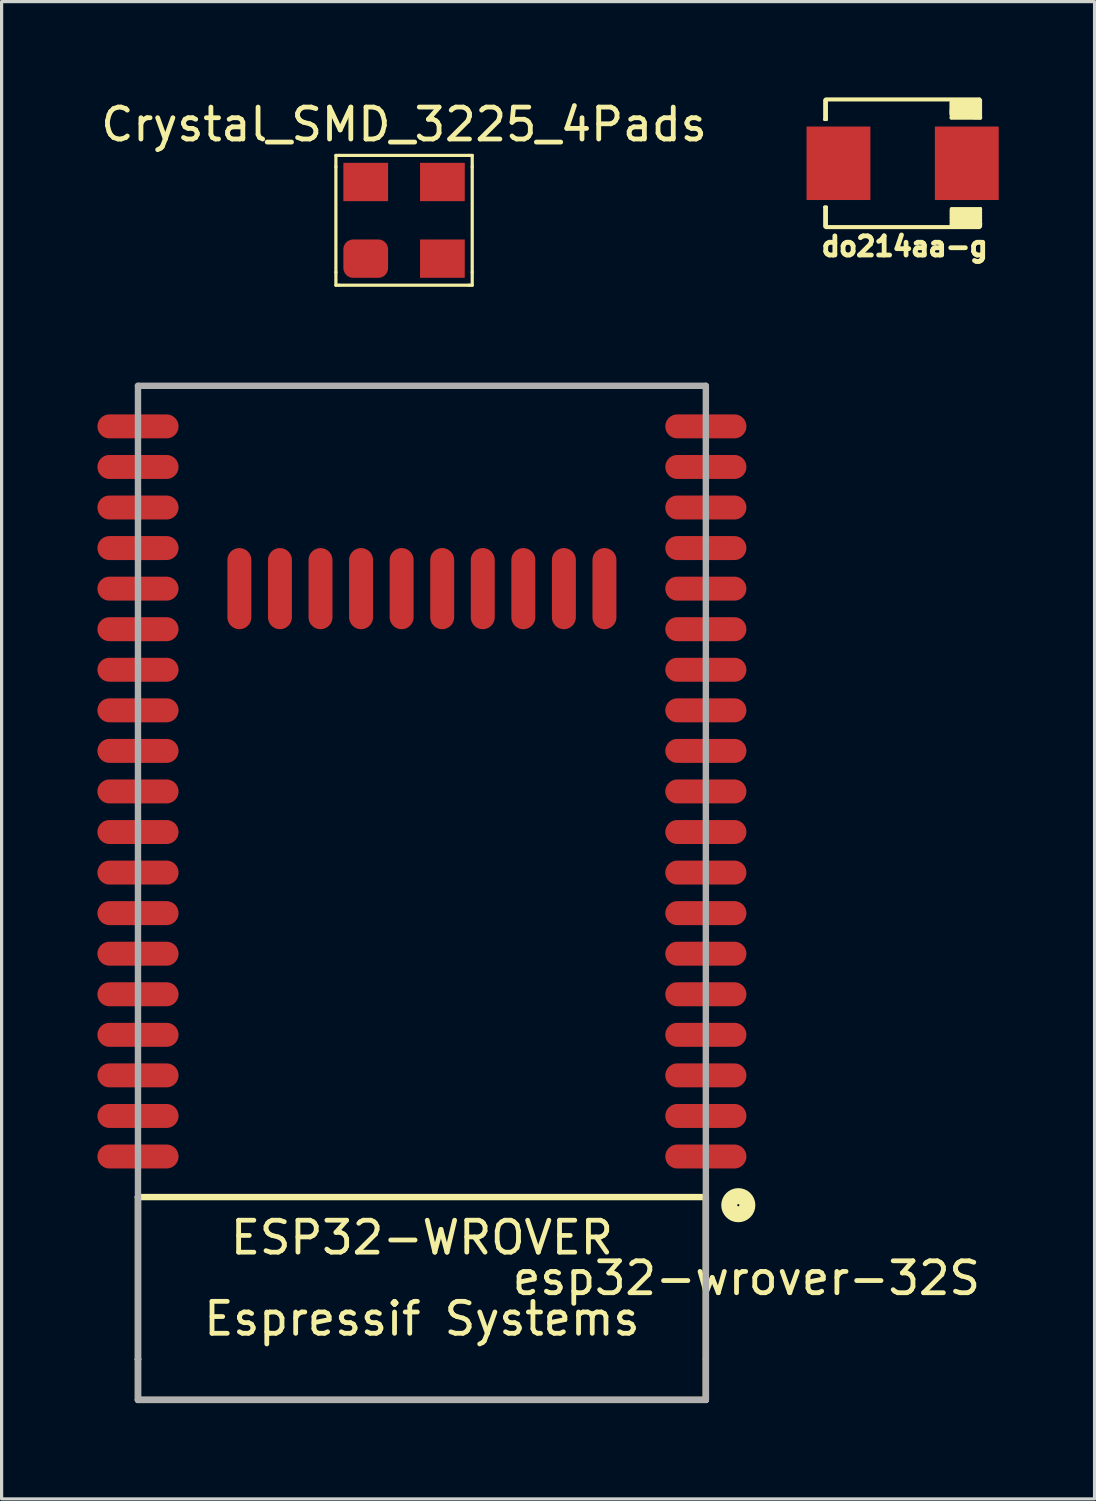
<source format=kicad_pcb>
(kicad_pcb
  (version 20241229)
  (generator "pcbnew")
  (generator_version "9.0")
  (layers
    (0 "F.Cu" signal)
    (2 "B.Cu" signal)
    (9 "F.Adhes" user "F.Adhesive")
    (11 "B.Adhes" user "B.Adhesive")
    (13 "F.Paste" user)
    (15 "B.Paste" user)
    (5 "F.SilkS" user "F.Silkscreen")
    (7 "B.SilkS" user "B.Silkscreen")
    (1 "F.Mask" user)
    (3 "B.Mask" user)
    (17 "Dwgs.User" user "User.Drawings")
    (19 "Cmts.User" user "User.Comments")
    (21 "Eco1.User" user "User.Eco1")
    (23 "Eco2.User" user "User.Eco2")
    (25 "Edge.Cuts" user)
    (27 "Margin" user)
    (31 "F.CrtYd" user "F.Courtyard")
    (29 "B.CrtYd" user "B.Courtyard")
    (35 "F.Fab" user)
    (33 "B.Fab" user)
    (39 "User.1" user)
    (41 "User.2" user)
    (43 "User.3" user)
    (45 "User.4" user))
  (footprint "do214aa-g"
    (layer "F.Cu")
    (at 25.211 2.062)
    (property "Reference" "do214aa-g" (at 0.064 2.603 0) (layer "F.SilkS") (effects (font (size 0.6 0.6) (thickness 0.15))))
    (attr through_hole)
    (fp_line (start -2.438 -1.981) (end -2.438 -1.372) (stroke (width 0.1) (type solid)) (layer "F.SilkS"))
    (fp_line (start -2.438 -1.372) (end -2.388 -1.372) (stroke (width 0.1) (type solid)) (layer "F.SilkS"))
    (fp_line (start -2.438 1.372) (end -2.388 1.372) (stroke (width 0.1) (type solid)) (layer "F.SilkS"))
    (fp_line (start -2.438 1.981) (end -2.438 1.372) (stroke (width 0.1) (type solid)) (layer "F.SilkS"))
    (fp_line (start -2.4 -1.999) (end 2.4 -1.999) (stroke (width 0.127) (type solid)) (layer "F.SilkS"))
    (fp_line (start -2.388 -1.372) (end -2.388 -1.981) (stroke (width 0.1) (type solid)) (layer "F.SilkS"))
    (fp_line (start -2.388 1.372) (end -2.388 1.981) (stroke (width 0.1) (type solid)) (layer "F.SilkS"))
    (fp_line (start 1.524 -1.93) (end 1.524 -1.829) (stroke (width 0.1) (type solid)) (layer "F.SilkS"))
    (fp_line (start 1.524 -1.88) (end 1.524 -1.727) (stroke (width 0.1) (type solid)) (layer "F.SilkS"))
    (fp_line (start 1.524 -1.829) (end 2.235 -1.829) (stroke (width 0.1) (type solid)) (layer "F.SilkS"))
    (fp_line (start 1.524 -1.778) (end 1.524 -1.676) (stroke (width 0.1) (type solid)) (layer "F.SilkS"))
    (fp_line (start 1.524 -1.727) (end 2.235 -1.727) (stroke (width 0.1) (type solid)) (layer "F.SilkS"))
    (fp_line (start 1.524 -1.676) (end 1.524 -1.524) (stroke (width 0.1) (type solid)) (layer "F.SilkS"))
    (fp_line (start 1.524 -1.676) (end 2.235 -1.676) (stroke (width 0.1) (type solid)) (layer "F.SilkS"))
    (fp_line (start 1.524 -1.626) (end 2.184 -1.626) (stroke (width 0.1) (type solid)) (layer "F.SilkS"))
    (fp_line (start 1.524 -1.575) (end 1.524 -1.626) (stroke (width 0.1) (type solid)) (layer "F.SilkS"))
    (fp_line (start 1.524 -1.524) (end 2.184 -1.524) (stroke (width 0.1) (type solid)) (layer "F.SilkS"))
    (fp_line (start 1.524 -1.422) (end 1.524 -1.676) (stroke (width 0.1) (type solid)) (layer "F.SilkS"))
    (fp_line (start 1.524 1.473) (end 2.438 1.473) (stroke (width 0.1) (type solid)) (layer "F.SilkS"))
    (fp_line (start 1.524 1.524) (end 1.524 1.473) (stroke (width 0.1) (type solid)) (layer "F.SilkS"))
    (fp_line (start 1.524 1.575) (end 2.438 1.575) (stroke (width 0.1) (type solid)) (layer "F.SilkS"))
    (fp_line (start 1.524 1.626) (end 1.524 1.575) (stroke (width 0.1) (type solid)) (layer "F.SilkS"))
    (fp_line (start 1.524 1.676) (end 2.438 1.676) (stroke (width 0.1) (type solid)) (layer "F.SilkS"))
    (fp_line (start 1.524 1.727) (end 1.524 1.676) (stroke (width 0.1) (type solid)) (layer "F.SilkS"))
    (fp_line (start 1.524 1.778) (end 2.438 1.778) (stroke (width 0.1) (type solid)) (layer "F.SilkS"))
    (fp_line (start 1.524 1.829) (end 1.524 1.778) (stroke (width 0.1) (type solid)) (layer "F.SilkS"))
    (fp_line (start 1.524 1.88) (end 2.438 1.88) (stroke (width 0.1) (type solid)) (layer "F.SilkS"))
    (fp_line (start 1.524 1.93) (end 1.524 1.88) (stroke (width 0.1) (type solid)) (layer "F.SilkS"))
    (fp_line (start 1.575 -1.88) (end 1.524 -1.88) (stroke (width 0.1) (type solid)) (layer "F.SilkS"))
    (fp_line (start 1.575 -1.473) (end 2.438 -1.473) (stroke (width 0.1) (type solid)) (layer "F.SilkS"))
    (fp_line (start 1.626 -1.778) (end 1.524 -1.778) (stroke (width 0.1) (type solid)) (layer "F.SilkS"))
    (fp_line (start 2.184 -1.626) (end 2.235 -1.626) (stroke (width 0.1) (type solid)) (layer "F.SilkS"))
    (fp_line (start 2.184 -1.524) (end 2.184 -1.473) (stroke (width 0.1) (type solid)) (layer "F.SilkS"))
    (fp_line (start 2.184 -1.473) (end 1.575 -1.473) (stroke (width 0.1) (type solid)) (layer "F.SilkS"))
    (fp_line (start 2.235 -1.88) (end 1.575 -1.88) (stroke (width 0.1) (type solid)) (layer "F.SilkS"))
    (fp_line (start 2.235 -1.829) (end 2.235 -1.88) (stroke (width 0.1) (type solid)) (layer "F.SilkS"))
    (fp_line (start 2.235 -1.778) (end 1.626 -1.778) (stroke (width 0.1) (type solid)) (layer "F.SilkS"))
    (fp_line (start 2.235 -1.727) (end 2.235 -1.778) (stroke (width 0.1) (type solid)) (layer "F.SilkS"))
    (fp_line (start 2.235 -1.676) (end 2.235 -1.575) (stroke (width 0.1) (type solid)) (layer "F.SilkS"))
    (fp_line (start 2.235 -1.626) (end 2.235 -1.422) (stroke (width 0.1) (type solid)) (layer "F.SilkS"))
    (fp_line (start 2.235 -1.575) (end 1.524 -1.575) (stroke (width 0.1) (type solid)) (layer "F.SilkS"))
    (fp_line (start 2.235 -1.422) (end 1.524 -1.422) (stroke (width 0.1) (type solid)) (layer "F.SilkS"))
    (fp_line (start 2.286 -1.981) (end 2.286 -1.422) (stroke (width 0.1) (type solid)) (layer "F.SilkS"))
    (fp_line (start 2.286 -1.422) (end 2.337 -1.422) (stroke (width 0.1) (type solid)) (layer "F.SilkS"))
    (fp_line (start 2.337 -1.93) (end 1.524 -1.93) (stroke (width 0.1) (type solid)) (layer "F.SilkS"))
    (fp_line (start 2.337 -1.422) (end 2.337 -1.93) (stroke (width 0.1) (type solid)) (layer "F.SilkS"))
    (fp_line (start 2.388 -1.981) (end 2.286 -1.981) (stroke (width 0.1) (type solid)) (layer "F.SilkS"))
    (fp_line (start 2.388 -1.981) (end 2.438 -1.422) (stroke (width 0.1) (type solid)) (layer "F.SilkS"))
    (fp_line (start 2.388 -1.422) (end 2.388 -1.981) (stroke (width 0.1) (type solid)) (layer "F.SilkS"))
    (fp_line (start 2.4 1.999) (end -2.4 1.999) (stroke (width 0.127) (type solid)) (layer "F.SilkS"))
    (fp_line (start 2.405 -1.994) (end 2.4 -2.007) (stroke (width 0.1) (type solid)) (layer "F.SilkS"))
    (fp_line (start 2.438 -1.981) (end 2.438 -1.422) (stroke (width 0.1) (type solid)) (layer "F.SilkS"))
    (fp_line (start 2.438 -1.422) (end 1.524 -1.422) (stroke (width 0.1) (type solid)) (layer "F.SilkS"))
    (fp_line (start 2.438 -1.422) (end 2.388 -1.422) (stroke (width 0.1) (type solid)) (layer "F.SilkS"))
    (fp_line (start 2.438 1.422) (end 1.524 1.422) (stroke (width 0.1) (type solid)) (layer "F.SilkS"))
    (fp_line (start 2.438 1.473) (end 2.438 1.422) (stroke (width 0.1) (type solid)) (layer "F.SilkS"))
    (fp_line (start 2.438 1.524) (end 1.524 1.524) (stroke (width 0.1) (type solid)) (layer "F.SilkS"))
    (fp_line (start 2.438 1.575) (end 2.438 1.524) (stroke (width 0.1) (type solid)) (layer "F.SilkS"))
    (fp_line (start 2.438 1.626) (end 1.524 1.626) (stroke (width 0.1) (type solid)) (layer "F.SilkS"))
    (fp_line (start 2.438 1.676) (end 2.438 1.626) (stroke (width 0.1) (type solid)) (layer "F.SilkS"))
    (fp_line (start 2.438 1.727) (end 1.524 1.727) (stroke (width 0.1) (type solid)) (layer "F.SilkS"))
    (fp_line (start 2.438 1.778) (end 2.438 1.727) (stroke (width 0.1) (type solid)) (layer "F.SilkS"))
    (fp_line (start 2.438 1.829) (end 1.524 1.829) (stroke (width 0.1) (type solid)) (layer "F.SilkS"))
    (fp_line (start 2.438 1.88) (end 2.438 1.829) (stroke (width 0.1) (type solid)) (layer "F.SilkS"))
    (fp_line (start 2.438 1.88) (end 2.438 1.93) (stroke (width 0.1) (type solid)) (layer "F.SilkS"))
    (fp_line (start 2.438 1.93) (end 1.524 1.93) (stroke (width 0.1) (type solid)) (layer "F.SilkS"))
    (fp_line (start 2.438 1.981) (end 2.438 1.88) (stroke (width 0.1) (type solid)) (layer "F.SilkS"))
    (pad "1" smd rect (at -2.009 0) (size 1.999 2.301) (layers "F.Cu" "F.Mask" "F.Paste"))
    (pad "2" smd rect (at 2.009 0) (size 1.999 2.301) (layers "F.Cu" "F.Mask" "F.Paste")))
  (footprint "esp32-wrover-32S"
    (layer "F.Cu")
    (at 10.16 23)
    (property "Reference" "esp32-wrover-32S" (at 10.16 13.97 180) (layer "F.SilkS") (effects (font (size 1 1) (thickness 0.15))))
    (attr through_hole)
    (fp_line (start -8.89 -13.97) (end 8.89 -13.97) (stroke (width 0.15) (type solid)) (layer "F.SilkS"))
    (fp_line (start -8.89 -13.208) (end -8.89 -13.97) (stroke (width 0.15) (type solid)) (layer "F.SilkS"))
    (fp_line (start -8.89 11.43) (end -8.89 11.43) (stroke (width 0.2) (type solid)) (layer "F.SilkS"))
    (fp_line (start -8.89 11.43) (end -8.89 11.43) (stroke (width 0.2) (type solid)) (layer "F.SilkS"))
    (fp_line (start -8.89 11.43) (end 8.89 11.43) (stroke (width 0.2) (type solid)) (layer "F.SilkS"))
    (fp_line (start -8.89 17.78) (end -8.89 11.43) (stroke (width 0.2) (type solid)) (layer "F.SilkS"))
    (fp_line (start 8.89 -13.97) (end 8.89 -13.208) (stroke (width 0.15) (type solid)) (layer "F.SilkS"))
    (fp_line (start 8.89 11.43) (end 8.89 17.78) (stroke (width 0.2) (type solid)) (layer "F.SilkS"))
    (fp_line (start 8.89 17.78) (end -8.89 17.78) (stroke (width 0.2) (type solid)) (layer "F.SilkS"))
    (fp_circle (center 9.906 11.684) (end 10.033 11.938) (stroke (width 0.5) (type solid)) (fill no) (layer "F.SilkS"))
    (fp_line (start -8.89 -13.97) (end -8.89 16.51) (stroke (width 0.2) (type solid)) (layer "F.Fab"))
    (fp_line (start -8.89 16.51) (end -8.89 16.51) (stroke (width 0.2) (type solid)) (layer "F.Fab"))
    (fp_line (start -8.89 16.51) (end -8.89 16.51) (stroke (width 0.2) (type solid)) (layer "F.Fab"))
    (fp_line (start -8.89 16.51) (end -8.89 16.51) (stroke (width 0.2) (type solid)) (layer "F.Fab"))
    (fp_line (start -8.89 16.51) (end -8.89 16.51) (stroke (width 0.2) (type solid)) (layer "F.Fab"))
    (fp_line (start -8.89 16.51) (end -8.89 16.51) (stroke (width 0.2) (type solid)) (layer "F.Fab"))
    (fp_line (start -8.89 17.78) (end -8.89 16.51) (stroke (width 0.2) (type solid)) (layer "F.Fab"))
    (fp_line (start 8.89 -13.97) (end -8.89 -13.97) (stroke (width 0.2) (type solid)) (layer "F.Fab"))
    (fp_line (start 8.89 16.51) (end 8.89 -13.97) (stroke (width 0.2) (type solid)) (layer "F.Fab"))
    (fp_line (start 8.89 16.51) (end 8.89 17.78) (stroke (width 0.2) (type solid)) (layer "F.Fab"))
    (fp_line (start 8.89 17.78) (end -8.89 17.78) (stroke (width 0.2) (type solid)) (layer "F.Fab"))
    (fp_text user "ESP32-WROVER" (at 0 12.7 0) (layer "F.SilkS") (effects (font (size 1 1) (thickness 0.15))))
    (fp_text user "Espressif Systems" (at 0 15.24 0) (layer "F.SilkS") (effects (font (size 1 1) (thickness 0.15))))
    (pad "1" smd oval (at 8.89 10.16) (size 2.54 0.75) (layers "F.Cu" "F.Mask" "F.Paste"))
    (pad "2" smd oval (at 8.89 8.89) (size 2.54 0.75) (layers "F.Cu" "F.Mask" "F.Paste"))
    (pad "3" smd oval (at 8.89 7.62) (size 2.54 0.75) (layers "F.Cu" "F.Mask" "F.Paste"))
    (pad "4" smd oval (at 8.89 6.35) (size 2.54 0.75) (layers "F.Cu" "F.Mask" "F.Paste"))
    (pad "5" smd oval (at 8.89 5.08) (size 2.54 0.75) (layers "F.Cu" "F.Mask" "F.Paste"))
    (pad "6" smd oval (at 8.89 3.81) (size 2.54 0.75) (layers "F.Cu" "F.Mask" "F.Paste"))
    (pad "7" smd oval (at 8.89 2.54) (size 2.54 0.75) (layers "F.Cu" "F.Mask" "F.Paste"))
    (pad "8" smd oval (at 8.89 1.27) (size 2.54 0.75) (layers "F.Cu" "F.Mask" "F.Paste"))
    (pad "9" smd oval (at 8.89 0) (size 2.54 0.75) (layers "F.Cu" "F.Mask" "F.Paste"))
    (pad "10" smd oval (at 8.89 -1.27) (size 2.54 0.75) (layers "F.Cu" "F.Mask" "F.Paste"))
    (pad "11" smd oval (at 8.89 -2.54) (size 2.54 0.75) (layers "F.Cu" "F.Mask" "F.Paste"))
    (pad "12" smd oval (at 8.89 -3.81) (size 2.54 0.75) (layers "F.Cu" "F.Mask" "F.Paste"))
    (pad "13" smd oval (at 8.89 -5.08) (size 2.54 0.75) (layers "F.Cu" "F.Mask" "F.Paste"))
    (pad "14" smd oval (at 8.89 -6.35) (size 2.54 0.75) (layers "F.Cu" "F.Mask" "F.Paste"))
    (pad "15" smd oval (at 5.715 -7.62 90) (size 2.54 0.75) (layers "F.Cu" "F.Mask" "F.Paste"))
    (pad "15" smd oval (at 8.89 -7.62) (size 2.54 0.75) (layers "F.Cu" "F.Mask" "F.Paste"))
    (pad "16" smd oval (at 4.445 -7.62 90) (size 2.54 0.75) (layers "F.Cu" "F.Mask" "F.Paste"))
    (pad "16" smd oval (at 8.89 -8.89) (size 2.54 0.75) (layers "F.Cu" "F.Mask" "F.Paste"))
    (pad "17" smd oval (at 3.175 -7.62 90) (size 2.54 0.75) (layers "F.Cu" "F.Mask" "F.Paste"))
    (pad "17" smd oval (at 8.89 -10.16) (size 2.54 0.75) (layers "F.Cu" "F.Mask" "F.Paste"))
    (pad "18" smd oval (at 1.905 -7.62 90) (size 2.54 0.75) (layers "F.Cu" "F.Mask" "F.Paste"))
    (pad "18" smd oval (at 8.89 -11.43) (size 2.54 0.75) (layers "F.Cu" "F.Mask" "F.Paste"))
    (pad "19" smd oval (at 0.635 -7.62 90) (size 2.54 0.75) (layers "F.Cu" "F.Mask" "F.Paste"))
    (pad "19" smd oval (at 8.89 -12.7) (size 2.54 0.75) (layers "F.Cu" "F.Mask" "F.Paste"))
    (pad "20" smd oval (at -8.89 -12.7) (size 2.54 0.75) (layers "F.Cu" "F.Mask" "F.Paste"))
    (pad "20" smd oval (at -0.635 -7.62 90) (size 2.54 0.75) (layers "F.Cu" "F.Mask" "F.Paste"))
    (pad "21" smd oval (at -8.89 -11.43) (size 2.54 0.75) (layers "F.Cu" "F.Mask" "F.Paste"))
    (pad "21" smd oval (at -1.905 -7.62 90) (size 2.54 0.75) (layers "F.Cu" "F.Mask" "F.Paste"))
    (pad "22" smd oval (at -8.89 -10.16) (size 2.54 0.75) (layers "F.Cu" "F.Mask" "F.Paste"))
    (pad "22" smd oval (at -3.175 -7.62 90) (size 2.54 0.75) (layers "F.Cu" "F.Mask" "F.Paste"))
    (pad "23" smd oval (at -8.89 -8.89) (size 2.54 0.75) (layers "F.Cu" "F.Mask" "F.Paste"))
    (pad "23" smd oval (at -4.445 -7.62 90) (size 2.54 0.75) (layers "F.Cu" "F.Mask" "F.Paste"))
    (pad "24" smd oval (at -8.89 -7.62) (size 2.54 0.75) (layers "F.Cu" "F.Mask" "F.Paste"))
    (pad "24" smd oval (at -5.715 -7.62 90) (size 2.54 0.75) (layers "F.Cu" "F.Mask" "F.Paste"))
    (pad "25" smd oval (at -8.89 -6.35) (size 2.54 0.75) (layers "F.Cu" "F.Mask" "F.Paste"))
    (pad "26" smd oval (at -8.89 -5.08) (size 2.54 0.75) (layers "F.Cu" "F.Mask" "F.Paste"))
    (pad "27" smd oval (at -8.89 -3.81) (size 2.54 0.75) (layers "F.Cu" "F.Mask" "F.Paste"))
    (pad "28" smd oval (at -8.89 -2.54) (size 2.54 0.75) (layers "F.Cu" "F.Mask" "F.Paste"))
    (pad "29" smd oval (at -8.89 -1.27) (size 2.54 0.75) (layers "F.Cu" "F.Mask" "F.Paste"))
    (pad "30" smd oval (at -8.89 0) (size 2.54 0.75) (layers "F.Cu" "F.Mask" "F.Paste"))
    (pad "31" smd oval (at -8.89 1.27) (size 2.54 0.75) (layers "F.Cu" "F.Mask" "F.Paste"))
    (pad "32" smd oval (at -8.89 2.54) (size 2.54 0.75) (layers "F.Cu" "F.Mask" "F.Paste"))
    (pad "33" smd oval (at -8.89 3.81) (size 2.54 0.75) (layers "F.Cu" "F.Mask" "F.Paste"))
    (pad "34" smd oval (at -8.89 5.08) (size 2.54 0.75) (layers "F.Cu" "F.Mask" "F.Paste"))
    (pad "35" smd oval (at -8.89 6.35) (size 2.54 0.75) (layers "F.Cu" "F.Mask" "F.Paste"))
    (pad "36" smd oval (at -8.89 7.62) (size 2.54 0.75) (layers "F.Cu" "F.Mask" "F.Paste"))
    (pad "37" smd oval (at -8.89 8.89) (size 2.54 0.75) (layers "F.Cu" "F.Mask" "F.Paste"))
    (pad "38" smd oval (at -8.89 10.16) (size 2.54 0.75) (layers "F.Cu" "F.Mask" "F.Paste")))
  (footprint "Crystal_SMD_3225_4Pads"
    (layer "F.Cu")
    (at 9.601 3.848)
    (property "Reference" "Crystal_SMD_3225_4Pads" (at 0 -3 0) (layer "F.SilkS") (effects (font (size 1 1) (thickness 0.15))))
    (attr smd)
    (fp_line (start -2.134 -2.032) (end -2.032 -2.032) (stroke (width 0.1) (type solid)) (layer "F.SilkS"))
    (fp_line (start -2.134 -1.676) (end -2.134 -2.032) (stroke (width 0.1) (type solid)) (layer "F.SilkS"))
    (fp_line (start -2.134 -1.676) (end -2.134 1.626) (stroke (width 0.1) (type solid)) (layer "F.SilkS"))
    (fp_line (start -2.134 2.032) (end -2.134 1.626) (stroke (width 0.1) (type solid)) (layer "F.SilkS"))
    (fp_line (start -2.032 2.032) (end -2.134 2.032) (stroke (width 0.1) (type solid)) (layer "F.SilkS"))
    (fp_line (start -2.032 2.032) (end 2.032 2.032) (stroke (width 0.1) (type solid)) (layer "F.SilkS"))
    (fp_line (start 2.032 -2.032) (end -2.032 -2.032) (stroke (width 0.1) (type solid)) (layer "F.SilkS"))
    (fp_line (start 2.032 -2.032) (end 2.134 -2.032) (stroke (width 0.1) (type solid)) (layer "F.SilkS"))
    (fp_line (start 2.134 -2.032) (end 2.134 -1.676) (stroke (width 0.1) (type solid)) (layer "F.SilkS"))
    (fp_line (start 2.134 1.626) (end 2.134 -1.676) (stroke (width 0.1) (type solid)) (layer "F.SilkS"))
    (fp_line (start 2.134 1.626) (end 2.134 2.032) (stroke (width 0.1) (type solid)) (layer "F.SilkS"))
    (fp_line (start 2.134 2.032) (end 2.032 2.032) (stroke (width 0.1) (type solid)) (layer "F.SilkS"))
    (pad "1" smd roundrect (at -1.2 1.2) (size 1.4 1.2) (layers "F.Cu" "F.Mask" "F.Paste") (roundrect_rratio 0.25))
    (pad "2" smd rect (at 1.2 1.2) (size 1.4 1.2) (layers "F.Cu" "F.Mask" "F.Paste"))
    (pad "3" smd rect (at 1.2 -1.2) (size 1.4 1.2) (layers "F.Cu" "F.Mask" "F.Paste"))
    (pad "4" smd rect (at -1.2 -1.2) (size 1.4 1.2) (layers "F.Cu" "F.Mask" "F.Paste")))
  (gr_rect
    (start -3 -3)
    (end 31.22 43.88)
    (stroke (width 0.1) (type default))
    (fill no)
    (layer "Edge.Cuts")))
</source>
